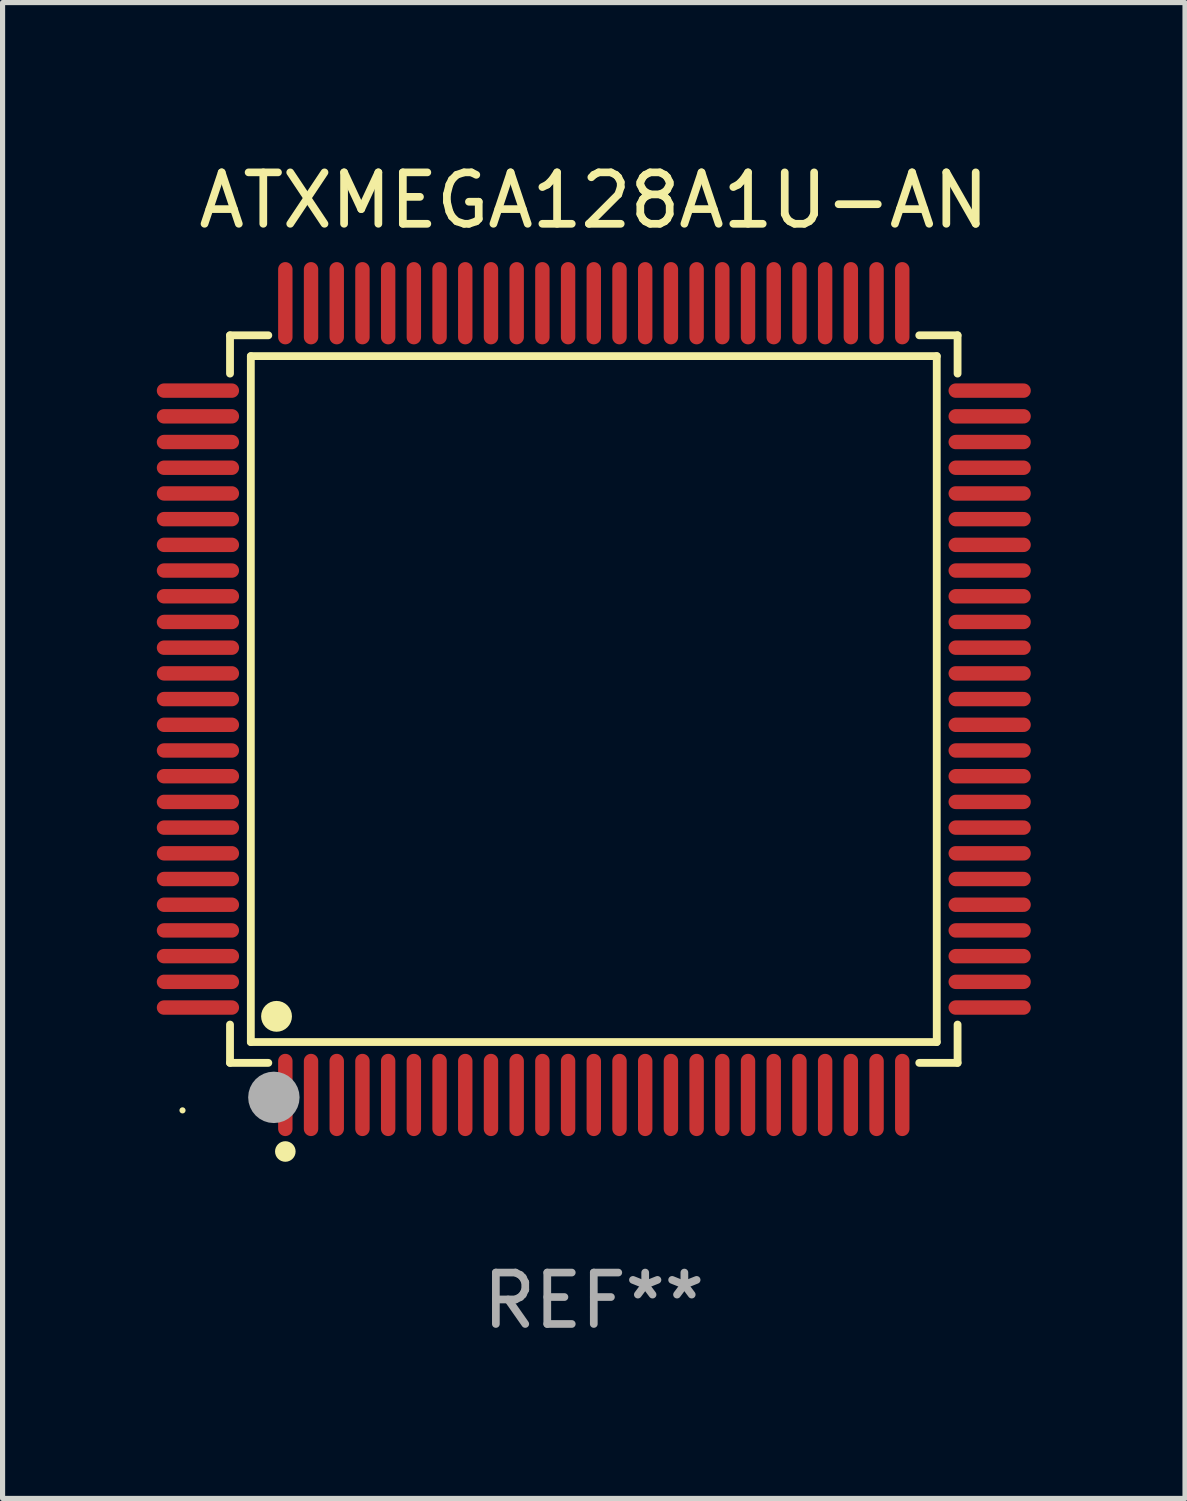
<source format=kicad_pcb>
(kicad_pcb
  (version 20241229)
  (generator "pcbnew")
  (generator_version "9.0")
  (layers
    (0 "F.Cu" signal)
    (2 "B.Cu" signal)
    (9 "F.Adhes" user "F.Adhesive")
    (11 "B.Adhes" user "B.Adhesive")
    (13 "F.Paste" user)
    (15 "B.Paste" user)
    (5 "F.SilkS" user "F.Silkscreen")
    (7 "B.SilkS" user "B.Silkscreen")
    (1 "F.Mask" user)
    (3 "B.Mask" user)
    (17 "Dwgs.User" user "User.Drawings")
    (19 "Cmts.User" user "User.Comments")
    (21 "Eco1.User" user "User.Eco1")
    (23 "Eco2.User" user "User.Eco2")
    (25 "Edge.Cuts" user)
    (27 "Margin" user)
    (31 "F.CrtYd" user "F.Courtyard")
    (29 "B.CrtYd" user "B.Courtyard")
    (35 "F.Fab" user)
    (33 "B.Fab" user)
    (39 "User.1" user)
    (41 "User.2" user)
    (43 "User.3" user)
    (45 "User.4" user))
  (footprint "ATXMEGA128A1U-AN"
    (layer "F.Cu")
    (at 8.5 10.548)
    (property "Reference" "ATXMEGA128A1U-AN" (at 0 -9.7 0) (layer "F.SilkS") (effects (font (size 1 1) (thickness 0.15))))
    (attr through_hole)
    (fp_line (start -7.076 -7.076) (end -6.331 -7.076) (stroke (width 0.152) (type solid)) (layer "F.SilkS"))
    (fp_line (start -7.076 -6.331) (end -7.076 -7.076) (stroke (width 0.152) (type solid)) (layer "F.SilkS"))
    (fp_line (start -7.076 6.331) (end -7.076 7.076) (stroke (width 0.152) (type solid)) (layer "F.SilkS"))
    (fp_line (start -7.076 7.076) (end -6.331 7.076) (stroke (width 0.152) (type solid)) (layer "F.SilkS"))
    (fp_line (start -6.671 -6.671) (end 6.671 -6.671) (stroke (width 0.152) (type solid)) (layer "F.SilkS"))
    (fp_line (start -6.671 6.671) (end -6.671 -6.671) (stroke (width 0.152) (type solid)) (layer "F.SilkS"))
    (fp_line (start 6.671 -6.671) (end 6.671 6.671) (stroke (width 0.152) (type solid)) (layer "F.SilkS"))
    (fp_line (start 6.671 6.671) (end -6.671 6.671) (stroke (width 0.152) (type solid)) (layer "F.SilkS"))
    (fp_line (start 7.076 -7.076) (end 6.331 -7.076) (stroke (width 0.152) (type solid)) (layer "F.SilkS"))
    (fp_line (start 7.076 -6.331) (end 7.076 -7.076) (stroke (width 0.152) (type solid)) (layer "F.SilkS"))
    (fp_line (start 7.076 6.331) (end 7.076 7.076) (stroke (width 0.152) (type solid)) (layer "F.SilkS"))
    (fp_line (start 7.076 7.076) (end 6.331 7.076) (stroke (width 0.152) (type solid)) (layer "F.SilkS"))
    (fp_circle (center -8 8) (end -7.97 8) (stroke (width 0.06) (type solid)) (fill no) (layer "F.SilkS"))
    (fp_circle (center -6.171 6.171) (end -6.021 6.171) (stroke (width 0.3) (type solid)) (fill no) (layer "F.SilkS"))
    (fp_circle (center -6 8.8) (end -5.9 8.8) (stroke (width 0.2) (type solid)) (fill no) (layer "F.SilkS"))
    (fp_circle (center -6.223 7.747) (end -5.973 7.747) (stroke (width 0.5) (type solid)) (fill no) (layer "F.Fab"))
    (fp_text user "REF**" (at 0 11.7 0) (layer "F.Fab") (effects (font (size 1 1) (thickness 0.15))))
    (pad "1" smd oval (at -6 7.7) (size 0.28 1.6) (layers "F.Cu" "F.Mask" "F.Paste"))
    (pad "2" smd oval (at -5.5 7.7) (size 0.28 1.6) (layers "F.Cu" "F.Mask" "F.Paste"))
    (pad "3" smd oval (at -5 7.7) (size 0.28 1.6) (layers "F.Cu" "F.Mask" "F.Paste"))
    (pad "4" smd oval (at -4.5 7.7) (size 0.28 1.6) (layers "F.Cu" "F.Mask" "F.Paste"))
    (pad "5" smd oval (at -4 7.7) (size 0.28 1.6) (layers "F.Cu" "F.Mask" "F.Paste"))
    (pad "6" smd oval (at -3.5 7.7) (size 0.28 1.6) (layers "F.Cu" "F.Mask" "F.Paste"))
    (pad "7" smd oval (at -3 7.7) (size 0.28 1.6) (layers "F.Cu" "F.Mask" "F.Paste"))
    (pad "8" smd oval (at -2.5 7.7) (size 0.28 1.6) (layers "F.Cu" "F.Mask" "F.Paste"))
    (pad "9" smd oval (at -2 7.7) (size 0.28 1.6) (layers "F.Cu" "F.Mask" "F.Paste"))
    (pad "10" smd oval (at -1.5 7.7) (size 0.28 1.6) (layers "F.Cu" "F.Mask" "F.Paste"))
    (pad "11" smd oval (at -1 7.7) (size 0.28 1.6) (layers "F.Cu" "F.Mask" "F.Paste"))
    (pad "12" smd oval (at -0.5 7.7) (size 0.28 1.6) (layers "F.Cu" "F.Mask" "F.Paste"))
    (pad "13" smd oval (at 0 7.7) (size 0.28 1.6) (layers "F.Cu" "F.Mask" "F.Paste"))
    (pad "14" smd oval (at 0.5 7.7) (size 0.28 1.6) (layers "F.Cu" "F.Mask" "F.Paste"))
    (pad "15" smd oval (at 1 7.7) (size 0.28 1.6) (layers "F.Cu" "F.Mask" "F.Paste"))
    (pad "16" smd oval (at 1.5 7.7) (size 0.28 1.6) (layers "F.Cu" "F.Mask" "F.Paste"))
    (pad "17" smd oval (at 2 7.7) (size 0.28 1.6) (layers "F.Cu" "F.Mask" "F.Paste"))
    (pad "18" smd oval (at 2.5 7.7) (size 0.28 1.6) (layers "F.Cu" "F.Mask" "F.Paste"))
    (pad "19" smd oval (at 3 7.7) (size 0.28 1.6) (layers "F.Cu" "F.Mask" "F.Paste"))
    (pad "20" smd oval (at 3.5 7.7) (size 0.28 1.6) (layers "F.Cu" "F.Mask" "F.Paste"))
    (pad "21" smd oval (at 4 7.7) (size 0.28 1.6) (layers "F.Cu" "F.Mask" "F.Paste"))
    (pad "22" smd oval (at 4.5 7.7) (size 0.28 1.6) (layers "F.Cu" "F.Mask" "F.Paste"))
    (pad "23" smd oval (at 5 7.7) (size 0.28 1.6) (layers "F.Cu" "F.Mask" "F.Paste"))
    (pad "24" smd oval (at 5.5 7.7) (size 0.28 1.6) (layers "F.Cu" "F.Mask" "F.Paste"))
    (pad "25" smd oval (at 6 7.7) (size 0.28 1.6) (layers "F.Cu" "F.Mask" "F.Paste"))
    (pad "26" smd oval (at 7.7 6) (size 1.6 0.28) (layers "F.Cu" "F.Mask" "F.Paste"))
    (pad "27" smd oval (at 7.7 5.5) (size 1.6 0.28) (layers "F.Cu" "F.Mask" "F.Paste"))
    (pad "28" smd oval (at 7.7 5) (size 1.6 0.28) (layers "F.Cu" "F.Mask" "F.Paste"))
    (pad "29" smd oval (at 7.7 4.5) (size 1.6 0.28) (layers "F.Cu" "F.Mask" "F.Paste"))
    (pad "30" smd oval (at 7.7 4) (size 1.6 0.28) (layers "F.Cu" "F.Mask" "F.Paste"))
    (pad "31" smd oval (at 7.7 3.5) (size 1.6 0.28) (layers "F.Cu" "F.Mask" "F.Paste"))
    (pad "32" smd oval (at 7.7 3) (size 1.6 0.28) (layers "F.Cu" "F.Mask" "F.Paste"))
    (pad "33" smd oval (at 7.7 2.5) (size 1.6 0.28) (layers "F.Cu" "F.Mask" "F.Paste"))
    (pad "34" smd oval (at 7.7 2) (size 1.6 0.28) (layers "F.Cu" "F.Mask" "F.Paste"))
    (pad "35" smd oval (at 7.7 1.5) (size 1.6 0.28) (layers "F.Cu" "F.Mask" "F.Paste"))
    (pad "36" smd oval (at 7.7 1) (size 1.6 0.28) (layers "F.Cu" "F.Mask" "F.Paste"))
    (pad "37" smd oval (at 7.7 0.5) (size 1.6 0.28) (layers "F.Cu" "F.Mask" "F.Paste"))
    (pad "38" smd oval (at 7.7 0) (size 1.6 0.28) (layers "F.Cu" "F.Mask" "F.Paste"))
    (pad "39" smd oval (at 7.7 -0.5) (size 1.6 0.28) (layers "F.Cu" "F.Mask" "F.Paste"))
    (pad "40" smd oval (at 7.7 -1) (size 1.6 0.28) (layers "F.Cu" "F.Mask" "F.Paste"))
    (pad "41" smd oval (at 7.7 -1.5) (size 1.6 0.28) (layers "F.Cu" "F.Mask" "F.Paste"))
    (pad "42" smd oval (at 7.7 -2) (size 1.6 0.28) (layers "F.Cu" "F.Mask" "F.Paste"))
    (pad "43" smd oval (at 7.7 -2.5) (size 1.6 0.28) (layers "F.Cu" "F.Mask" "F.Paste"))
    (pad "44" smd oval (at 7.7 -3) (size 1.6 0.28) (layers "F.Cu" "F.Mask" "F.Paste"))
    (pad "45" smd oval (at 7.7 -3.5) (size 1.6 0.28) (layers "F.Cu" "F.Mask" "F.Paste"))
    (pad "46" smd oval (at 7.7 -4) (size 1.6 0.28) (layers "F.Cu" "F.Mask" "F.Paste"))
    (pad "47" smd oval (at 7.7 -4.5) (size 1.6 0.28) (layers "F.Cu" "F.Mask" "F.Paste"))
    (pad "48" smd oval (at 7.7 -5) (size 1.6 0.28) (layers "F.Cu" "F.Mask" "F.Paste"))
    (pad "49" smd oval (at 7.7 -5.5) (size 1.6 0.28) (layers "F.Cu" "F.Mask" "F.Paste"))
    (pad "50" smd oval (at 7.7 -6) (size 1.6 0.28) (layers "F.Cu" "F.Mask" "F.Paste"))
    (pad "51" smd oval (at 6 -7.7) (size 0.28 1.6) (layers "F.Cu" "F.Mask" "F.Paste"))
    (pad "52" smd oval (at 5.5 -7.7) (size 0.28 1.6) (layers "F.Cu" "F.Mask" "F.Paste"))
    (pad "53" smd oval (at 5 -7.7) (size 0.28 1.6) (layers "F.Cu" "F.Mask" "F.Paste"))
    (pad "54" smd oval (at 4.5 -7.7) (size 0.28 1.6) (layers "F.Cu" "F.Mask" "F.Paste"))
    (pad "55" smd oval (at 4 -7.7) (size 0.28 1.6) (layers "F.Cu" "F.Mask" "F.Paste"))
    (pad "56" smd oval (at 3.5 -7.7) (size 0.28 1.6) (layers "F.Cu" "F.Mask" "F.Paste"))
    (pad "57" smd oval (at 3 -7.7) (size 0.28 1.6) (layers "F.Cu" "F.Mask" "F.Paste"))
    (pad "58" smd oval (at 2.5 -7.7) (size 0.28 1.6) (layers "F.Cu" "F.Mask" "F.Paste"))
    (pad "59" smd oval (at 2 -7.7) (size 0.28 1.6) (layers "F.Cu" "F.Mask" "F.Paste"))
    (pad "60" smd oval (at 1.5 -7.7) (size 0.28 1.6) (layers "F.Cu" "F.Mask" "F.Paste"))
    (pad "61" smd oval (at 1 -7.7) (size 0.28 1.6) (layers "F.Cu" "F.Mask" "F.Paste"))
    (pad "62" smd oval (at 0.5 -7.7) (size 0.28 1.6) (layers "F.Cu" "F.Mask" "F.Paste"))
    (pad "63" smd oval (at 0 -7.7) (size 0.28 1.6) (layers "F.Cu" "F.Mask" "F.Paste"))
    (pad "64" smd oval (at -0.5 -7.7) (size 0.28 1.6) (layers "F.Cu" "F.Mask" "F.Paste"))
    (pad "65" smd oval (at -1 -7.7) (size 0.28 1.6) (layers "F.Cu" "F.Mask" "F.Paste"))
    (pad "66" smd oval (at -1.5 -7.7) (size 0.28 1.6) (layers "F.Cu" "F.Mask" "F.Paste"))
    (pad "67" smd oval (at -2 -7.7) (size 0.28 1.6) (layers "F.Cu" "F.Mask" "F.Paste"))
    (pad "68" smd oval (at -2.5 -7.7) (size 0.28 1.6) (layers "F.Cu" "F.Mask" "F.Paste"))
    (pad "69" smd oval (at -3 -7.7) (size 0.28 1.6) (layers "F.Cu" "F.Mask" "F.Paste"))
    (pad "70" smd oval (at -3.5 -7.7) (size 0.28 1.6) (layers "F.Cu" "F.Mask" "F.Paste"))
    (pad "71" smd oval (at -4 -7.7) (size 0.28 1.6) (layers "F.Cu" "F.Mask" "F.Paste"))
    (pad "72" smd oval (at -4.5 -7.7) (size 0.28 1.6) (layers "F.Cu" "F.Mask" "F.Paste"))
    (pad "73" smd oval (at -5 -7.7) (size 0.28 1.6) (layers "F.Cu" "F.Mask" "F.Paste"))
    (pad "74" smd oval (at -5.5 -7.7) (size 0.28 1.6) (layers "F.Cu" "F.Mask" "F.Paste"))
    (pad "75" smd oval (at -6 -7.7) (size 0.28 1.6) (layers "F.Cu" "F.Mask" "F.Paste"))
    (pad "76" smd oval (at -7.7 -6) (size 1.6 0.28) (layers "F.Cu" "F.Mask" "F.Paste"))
    (pad "77" smd oval (at -7.7 -5.5) (size 1.6 0.28) (layers "F.Cu" "F.Mask" "F.Paste"))
    (pad "78" smd oval (at -7.7 -5) (size 1.6 0.28) (layers "F.Cu" "F.Mask" "F.Paste"))
    (pad "79" smd oval (at -7.7 -4.5) (size 1.6 0.28) (layers "F.Cu" "F.Mask" "F.Paste"))
    (pad "80" smd oval (at -7.7 -4) (size 1.6 0.28) (layers "F.Cu" "F.Mask" "F.Paste"))
    (pad "81" smd oval (at -7.7 -3.5) (size 1.6 0.28) (layers "F.Cu" "F.Mask" "F.Paste"))
    (pad "82" smd oval (at -7.7 -3) (size 1.6 0.28) (layers "F.Cu" "F.Mask" "F.Paste"))
    (pad "83" smd oval (at -7.7 -2.5) (size 1.6 0.28) (layers "F.Cu" "F.Mask" "F.Paste"))
    (pad "84" smd oval (at -7.7 -2) (size 1.6 0.28) (layers "F.Cu" "F.Mask" "F.Paste"))
    (pad "85" smd oval (at -7.7 -1.5) (size 1.6 0.28) (layers "F.Cu" "F.Mask" "F.Paste"))
    (pad "86" smd oval (at -7.7 -1) (size 1.6 0.28) (layers "F.Cu" "F.Mask" "F.Paste"))
    (pad "87" smd oval (at -7.7 -0.5) (size 1.6 0.28) (layers "F.Cu" "F.Mask" "F.Paste"))
    (pad "88" smd oval (at -7.7 0) (size 1.6 0.28) (layers "F.Cu" "F.Mask" "F.Paste"))
    (pad "89" smd oval (at -7.7 0.5) (size 1.6 0.28) (layers "F.Cu" "F.Mask" "F.Paste"))
    (pad "90" smd oval (at -7.7 1) (size 1.6 0.28) (layers "F.Cu" "F.Mask" "F.Paste"))
    (pad "91" smd oval (at -7.7 1.5) (size 1.6 0.28) (layers "F.Cu" "F.Mask" "F.Paste"))
    (pad "92" smd oval (at -7.7 2) (size 1.6 0.28) (layers "F.Cu" "F.Mask" "F.Paste"))
    (pad "93" smd oval (at -7.7 2.5) (size 1.6 0.28) (layers "F.Cu" "F.Mask" "F.Paste"))
    (pad "94" smd oval (at -7.7 3) (size 1.6 0.28) (layers "F.Cu" "F.Mask" "F.Paste"))
    (pad "95" smd oval (at -7.7 3.5) (size 1.6 0.28) (layers "F.Cu" "F.Mask" "F.Paste"))
    (pad "96" smd oval (at -7.7 4) (size 1.6 0.28) (layers "F.Cu" "F.Mask" "F.Paste"))
    (pad "97" smd oval (at -7.7 4.5) (size 1.6 0.28) (layers "F.Cu" "F.Mask" "F.Paste"))
    (pad "98" smd oval (at -7.7 5) (size 1.6 0.28) (layers "F.Cu" "F.Mask" "F.Paste"))
    (pad "99" smd oval (at -7.7 5.5) (size 1.6 0.28) (layers "F.Cu" "F.Mask" "F.Paste"))
    (pad "100" smd oval (at -7.7 6) (size 1.6 0.28) (layers "F.Cu" "F.Mask" "F.Paste")))
  (gr_rect
    (start -3 -3)
    (end 20 26.097)
    (stroke (width 0.1) (type default))
    (fill no)
    (layer "Edge.Cuts")))
</source>
